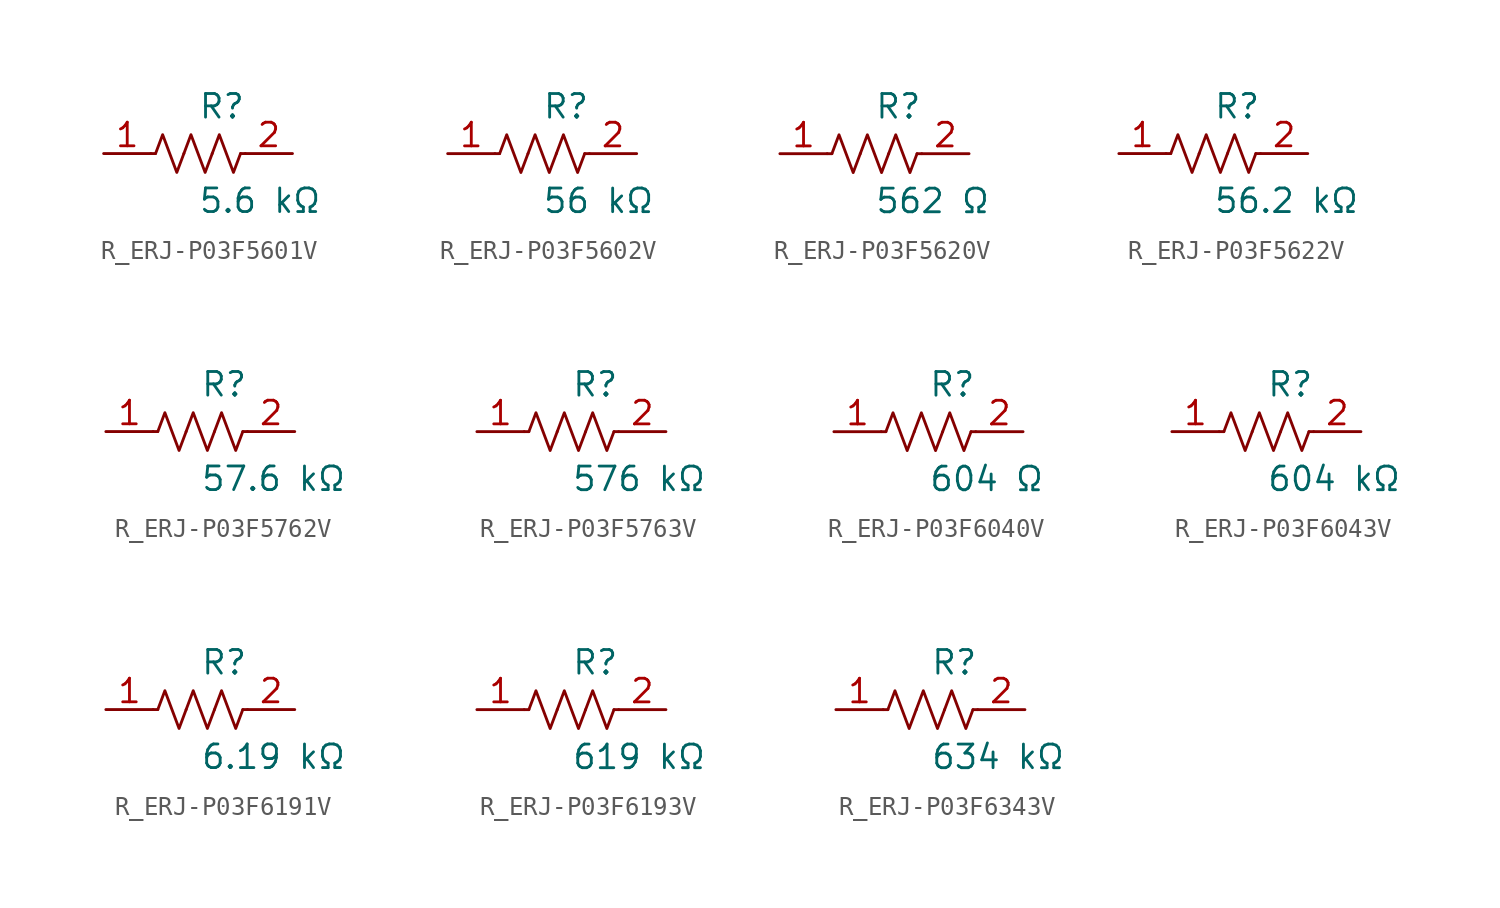
<source format=kicad_sym>
(kicad_symbol_lib
  (version 20231120)
  (generator kicad_symbol_editor)
  (generator_version 8.0)
  (symbol "R_ERJ-P03F5601V"
    (pin_names
      (offset 0.254))
    (property "Reference" "R"
      (at 0.0 2.54 0)
      (effects (font (size 1.27 1.27)) (justify left)))
    (property "Value" "5.6 kΩ"
      (at 0.0 -2.54 0)
      (effects (font (size 1.27 1.27)) (justify left)))
    (symbol "R_ERJ-P03F5601V_0_1"
      (polyline (pts (xy 2.286 0) (xy 2.54 0)) (stroke (width 0) (type default)) (fill (type none)))
      (polyline (pts (xy -2.286 0) (xy -2.54 0)) (stroke (width 0) (type default)) (fill (type none)))
      (polyline (pts (xy 0.762 0) (xy 1.143 1.016) (xy 1.524 0) (xy 1.905 -1.016) (xy 2.286 0)) (stroke (width 0) (type default)) (fill (type none)))
      (polyline (pts (xy -0.762 0) (xy -0.381 1.016) (xy 0 0) (xy 0.381 -1.016) (xy 0.762 0)) (stroke (width 0) (type default)) (fill (type none)))
      (polyline (pts (xy -2.286 0) (xy -1.905 1.016) (xy -1.524 0) (xy -1.143 -1.016) (xy -0.762 0)) (stroke (width 0) (type default)) (fill (type none))))
    (pin unspecified line
      (at -5.08 0 0)
      (length 2.54)
      (name "" (effects (font (size 1.27 1.27))))
      (number "1" (effects (font (size 1.27 1.27)))))
    (pin unspecified line
      (at 5.08 0 180)
      (length 2.54)
      (name "" (effects (font (size 1.27 1.27))))
      (number "2" (effects (font (size 1.27 1.27))))))
  (symbol "R_ERJ-P03F5602V"
    (pin_names
      (offset 0.254))
    (property "Reference" "R"
      (at 0.0 2.54 0)
      (effects (font (size 1.27 1.27)) (justify left)))
    (property "Value" "56 kΩ"
      (at 0.0 -2.54 0)
      (effects (font (size 1.27 1.27)) (justify left)))
    (symbol "R_ERJ-P03F5602V_0_1"
      (polyline (pts (xy 2.286 0) (xy 2.54 0)) (stroke (width 0) (type default)) (fill (type none)))
      (polyline (pts (xy -2.286 0) (xy -2.54 0)) (stroke (width 0) (type default)) (fill (type none)))
      (polyline (pts (xy 0.762 0) (xy 1.143 1.016) (xy 1.524 0) (xy 1.905 -1.016) (xy 2.286 0)) (stroke (width 0) (type default)) (fill (type none)))
      (polyline (pts (xy -0.762 0) (xy -0.381 1.016) (xy 0 0) (xy 0.381 -1.016) (xy 0.762 0)) (stroke (width 0) (type default)) (fill (type none)))
      (polyline (pts (xy -2.286 0) (xy -1.905 1.016) (xy -1.524 0) (xy -1.143 -1.016) (xy -0.762 0)) (stroke (width 0) (type default)) (fill (type none))))
    (pin unspecified line
      (at -5.08 0 0)
      (length 2.54)
      (name "" (effects (font (size 1.27 1.27))))
      (number "1" (effects (font (size 1.27 1.27)))))
    (pin unspecified line
      (at 5.08 0 180)
      (length 2.54)
      (name "" (effects (font (size 1.27 1.27))))
      (number "2" (effects (font (size 1.27 1.27))))))
  (symbol "R_ERJ-P03F5620V"
    (pin_names
      (offset 0.254))
    (property "Reference" "R"
      (at 0.0 2.54 0)
      (effects (font (size 1.27 1.27)) (justify left)))
    (property "Value" "562 Ω"
      (at 0.0 -2.54 0)
      (effects (font (size 1.27 1.27)) (justify left)))
    (symbol "R_ERJ-P03F5620V_0_1"
      (polyline (pts (xy 2.286 0) (xy 2.54 0)) (stroke (width 0) (type default)) (fill (type none)))
      (polyline (pts (xy -2.286 0) (xy -2.54 0)) (stroke (width 0) (type default)) (fill (type none)))
      (polyline (pts (xy 0.762 0) (xy 1.143 1.016) (xy 1.524 0) (xy 1.905 -1.016) (xy 2.286 0)) (stroke (width 0) (type default)) (fill (type none)))
      (polyline (pts (xy -0.762 0) (xy -0.381 1.016) (xy 0 0) (xy 0.381 -1.016) (xy 0.762 0)) (stroke (width 0) (type default)) (fill (type none)))
      (polyline (pts (xy -2.286 0) (xy -1.905 1.016) (xy -1.524 0) (xy -1.143 -1.016) (xy -0.762 0)) (stroke (width 0) (type default)) (fill (type none))))
    (pin unspecified line
      (at -5.08 0 0)
      (length 2.54)
      (name "" (effects (font (size 1.27 1.27))))
      (number "1" (effects (font (size 1.27 1.27)))))
    (pin unspecified line
      (at 5.08 0 180)
      (length 2.54)
      (name "" (effects (font (size 1.27 1.27))))
      (number "2" (effects (font (size 1.27 1.27))))))
  (symbol "R_ERJ-P03F5622V"
    (pin_names
      (offset 0.254))
    (property "Reference" "R"
      (at 0.0 2.54 0)
      (effects (font (size 1.27 1.27)) (justify left)))
    (property "Value" "56.2 kΩ"
      (at 0.0 -2.54 0)
      (effects (font (size 1.27 1.27)) (justify left)))
    (symbol "R_ERJ-P03F5622V_0_1"
      (polyline (pts (xy 2.286 0) (xy 2.54 0)) (stroke (width 0) (type default)) (fill (type none)))
      (polyline (pts (xy -2.286 0) (xy -2.54 0)) (stroke (width 0) (type default)) (fill (type none)))
      (polyline (pts (xy 0.762 0) (xy 1.143 1.016) (xy 1.524 0) (xy 1.905 -1.016) (xy 2.286 0)) (stroke (width 0) (type default)) (fill (type none)))
      (polyline (pts (xy -0.762 0) (xy -0.381 1.016) (xy 0 0) (xy 0.381 -1.016) (xy 0.762 0)) (stroke (width 0) (type default)) (fill (type none)))
      (polyline (pts (xy -2.286 0) (xy -1.905 1.016) (xy -1.524 0) (xy -1.143 -1.016) (xy -0.762 0)) (stroke (width 0) (type default)) (fill (type none))))
    (pin unspecified line
      (at -5.08 0 0)
      (length 2.54)
      (name "" (effects (font (size 1.27 1.27))))
      (number "1" (effects (font (size 1.27 1.27)))))
    (pin unspecified line
      (at 5.08 0 180)
      (length 2.54)
      (name "" (effects (font (size 1.27 1.27))))
      (number "2" (effects (font (size 1.27 1.27))))))
  (symbol "R_ERJ-P03F5762V"
    (pin_names
      (offset 0.254))
    (property "Reference" "R"
      (at 0.0 2.54 0)
      (effects (font (size 1.27 1.27)) (justify left)))
    (property "Value" "57.6 kΩ"
      (at 0.0 -2.54 0)
      (effects (font (size 1.27 1.27)) (justify left)))
    (symbol "R_ERJ-P03F5762V_0_1"
      (polyline (pts (xy 2.286 0) (xy 2.54 0)) (stroke (width 0) (type default)) (fill (type none)))
      (polyline (pts (xy -2.286 0) (xy -2.54 0)) (stroke (width 0) (type default)) (fill (type none)))
      (polyline (pts (xy 0.762 0) (xy 1.143 1.016) (xy 1.524 0) (xy 1.905 -1.016) (xy 2.286 0)) (stroke (width 0) (type default)) (fill (type none)))
      (polyline (pts (xy -0.762 0) (xy -0.381 1.016) (xy 0 0) (xy 0.381 -1.016) (xy 0.762 0)) (stroke (width 0) (type default)) (fill (type none)))
      (polyline (pts (xy -2.286 0) (xy -1.905 1.016) (xy -1.524 0) (xy -1.143 -1.016) (xy -0.762 0)) (stroke (width 0) (type default)) (fill (type none))))
    (pin unspecified line
      (at -5.08 0 0)
      (length 2.54)
      (name "" (effects (font (size 1.27 1.27))))
      (number "1" (effects (font (size 1.27 1.27)))))
    (pin unspecified line
      (at 5.08 0 180)
      (length 2.54)
      (name "" (effects (font (size 1.27 1.27))))
      (number "2" (effects (font (size 1.27 1.27))))))
  (symbol "R_ERJ-P03F5763V"
    (pin_names
      (offset 0.254))
    (property "Reference" "R"
      (at 0.0 2.54 0)
      (effects (font (size 1.27 1.27)) (justify left)))
    (property "Value" "576 kΩ"
      (at 0.0 -2.54 0)
      (effects (font (size 1.27 1.27)) (justify left)))
    (symbol "R_ERJ-P03F5763V_0_1"
      (polyline (pts (xy 2.286 0) (xy 2.54 0)) (stroke (width 0) (type default)) (fill (type none)))
      (polyline (pts (xy -2.286 0) (xy -2.54 0)) (stroke (width 0) (type default)) (fill (type none)))
      (polyline (pts (xy 0.762 0) (xy 1.143 1.016) (xy 1.524 0) (xy 1.905 -1.016) (xy 2.286 0)) (stroke (width 0) (type default)) (fill (type none)))
      (polyline (pts (xy -0.762 0) (xy -0.381 1.016) (xy 0 0) (xy 0.381 -1.016) (xy 0.762 0)) (stroke (width 0) (type default)) (fill (type none)))
      (polyline (pts (xy -2.286 0) (xy -1.905 1.016) (xy -1.524 0) (xy -1.143 -1.016) (xy -0.762 0)) (stroke (width 0) (type default)) (fill (type none))))
    (pin unspecified line
      (at -5.08 0 0)
      (length 2.54)
      (name "" (effects (font (size 1.27 1.27))))
      (number "1" (effects (font (size 1.27 1.27)))))
    (pin unspecified line
      (at 5.08 0 180)
      (length 2.54)
      (name "" (effects (font (size 1.27 1.27))))
      (number "2" (effects (font (size 1.27 1.27))))))
  (symbol "R_ERJ-P03F6040V"
    (pin_names
      (offset 0.254))
    (property "Reference" "R"
      (at 0.0 2.54 0)
      (effects (font (size 1.27 1.27)) (justify left)))
    (property "Value" "604 Ω"
      (at 0.0 -2.54 0)
      (effects (font (size 1.27 1.27)) (justify left)))
    (symbol "R_ERJ-P03F6040V_0_1"
      (polyline (pts (xy 2.286 0) (xy 2.54 0)) (stroke (width 0) (type default)) (fill (type none)))
      (polyline (pts (xy -2.286 0) (xy -2.54 0)) (stroke (width 0) (type default)) (fill (type none)))
      (polyline (pts (xy 0.762 0) (xy 1.143 1.016) (xy 1.524 0) (xy 1.905 -1.016) (xy 2.286 0)) (stroke (width 0) (type default)) (fill (type none)))
      (polyline (pts (xy -0.762 0) (xy -0.381 1.016) (xy 0 0) (xy 0.381 -1.016) (xy 0.762 0)) (stroke (width 0) (type default)) (fill (type none)))
      (polyline (pts (xy -2.286 0) (xy -1.905 1.016) (xy -1.524 0) (xy -1.143 -1.016) (xy -0.762 0)) (stroke (width 0) (type default)) (fill (type none))))
    (pin unspecified line
      (at -5.08 0 0)
      (length 2.54)
      (name "" (effects (font (size 1.27 1.27))))
      (number "1" (effects (font (size 1.27 1.27)))))
    (pin unspecified line
      (at 5.08 0 180)
      (length 2.54)
      (name "" (effects (font (size 1.27 1.27))))
      (number "2" (effects (font (size 1.27 1.27))))))
  (symbol "R_ERJ-P03F6043V"
    (pin_names
      (offset 0.254))
    (property "Reference" "R"
      (at 0.0 2.54 0)
      (effects (font (size 1.27 1.27)) (justify left)))
    (property "Value" "604 kΩ"
      (at 0.0 -2.54 0)
      (effects (font (size 1.27 1.27)) (justify left)))
    (symbol "R_ERJ-P03F6043V_0_1"
      (polyline (pts (xy 2.286 0) (xy 2.54 0)) (stroke (width 0) (type default)) (fill (type none)))
      (polyline (pts (xy -2.286 0) (xy -2.54 0)) (stroke (width 0) (type default)) (fill (type none)))
      (polyline (pts (xy 0.762 0) (xy 1.143 1.016) (xy 1.524 0) (xy 1.905 -1.016) (xy 2.286 0)) (stroke (width 0) (type default)) (fill (type none)))
      (polyline (pts (xy -0.762 0) (xy -0.381 1.016) (xy 0 0) (xy 0.381 -1.016) (xy 0.762 0)) (stroke (width 0) (type default)) (fill (type none)))
      (polyline (pts (xy -2.286 0) (xy -1.905 1.016) (xy -1.524 0) (xy -1.143 -1.016) (xy -0.762 0)) (stroke (width 0) (type default)) (fill (type none))))
    (pin unspecified line
      (at -5.08 0 0)
      (length 2.54)
      (name "" (effects (font (size 1.27 1.27))))
      (number "1" (effects (font (size 1.27 1.27)))))
    (pin unspecified line
      (at 5.08 0 180)
      (length 2.54)
      (name "" (effects (font (size 1.27 1.27))))
      (number "2" (effects (font (size 1.27 1.27))))))
  (symbol "R_ERJ-P03F6191V"
    (pin_names
      (offset 0.254))
    (property "Reference" "R"
      (at 0.0 2.54 0)
      (effects (font (size 1.27 1.27)) (justify left)))
    (property "Value" "6.19 kΩ"
      (at 0.0 -2.54 0)
      (effects (font (size 1.27 1.27)) (justify left)))
    (symbol "R_ERJ-P03F6191V_0_1"
      (polyline (pts (xy 2.286 0) (xy 2.54 0)) (stroke (width 0) (type default)) (fill (type none)))
      (polyline (pts (xy -2.286 0) (xy -2.54 0)) (stroke (width 0) (type default)) (fill (type none)))
      (polyline (pts (xy 0.762 0) (xy 1.143 1.016) (xy 1.524 0) (xy 1.905 -1.016) (xy 2.286 0)) (stroke (width 0) (type default)) (fill (type none)))
      (polyline (pts (xy -0.762 0) (xy -0.381 1.016) (xy 0 0) (xy 0.381 -1.016) (xy 0.762 0)) (stroke (width 0) (type default)) (fill (type none)))
      (polyline (pts (xy -2.286 0) (xy -1.905 1.016) (xy -1.524 0) (xy -1.143 -1.016) (xy -0.762 0)) (stroke (width 0) (type default)) (fill (type none))))
    (pin unspecified line
      (at -5.08 0 0)
      (length 2.54)
      (name "" (effects (font (size 1.27 1.27))))
      (number "1" (effects (font (size 1.27 1.27)))))
    (pin unspecified line
      (at 5.08 0 180)
      (length 2.54)
      (name "" (effects (font (size 1.27 1.27))))
      (number "2" (effects (font (size 1.27 1.27))))))
  (symbol "R_ERJ-P03F6193V"
    (pin_names
      (offset 0.254))
    (property "Reference" "R"
      (at 0.0 2.54 0)
      (effects (font (size 1.27 1.27)) (justify left)))
    (property "Value" "619 kΩ"
      (at 0.0 -2.54 0)
      (effects (font (size 1.27 1.27)) (justify left)))
    (symbol "R_ERJ-P03F6193V_0_1"
      (polyline (pts (xy 2.286 0) (xy 2.54 0)) (stroke (width 0) (type default)) (fill (type none)))
      (polyline (pts (xy -2.286 0) (xy -2.54 0)) (stroke (width 0) (type default)) (fill (type none)))
      (polyline (pts (xy 0.762 0) (xy 1.143 1.016) (xy 1.524 0) (xy 1.905 -1.016) (xy 2.286 0)) (stroke (width 0) (type default)) (fill (type none)))
      (polyline (pts (xy -0.762 0) (xy -0.381 1.016) (xy 0 0) (xy 0.381 -1.016) (xy 0.762 0)) (stroke (width 0) (type default)) (fill (type none)))
      (polyline (pts (xy -2.286 0) (xy -1.905 1.016) (xy -1.524 0) (xy -1.143 -1.016) (xy -0.762 0)) (stroke (width 0) (type default)) (fill (type none))))
    (pin unspecified line
      (at -5.08 0 0)
      (length 2.54)
      (name "" (effects (font (size 1.27 1.27))))
      (number "1" (effects (font (size 1.27 1.27)))))
    (pin unspecified line
      (at 5.08 0 180)
      (length 2.54)
      (name "" (effects (font (size 1.27 1.27))))
      (number "2" (effects (font (size 1.27 1.27))))))
  (symbol "R_ERJ-P03F6343V"
    (pin_names
      (offset 0.254))
    (property "Reference" "R"
      (at 0.0 2.54 0)
      (effects (font (size 1.27 1.27)) (justify left)))
    (property "Value" "634 kΩ"
      (at 0.0 -2.54 0)
      (effects (font (size 1.27 1.27)) (justify left)))
    (symbol "R_ERJ-P03F6343V_0_1"
      (polyline (pts (xy 2.286 0) (xy 2.54 0)) (stroke (width 0) (type default)) (fill (type none)))
      (polyline (pts (xy -2.286 0) (xy -2.54 0)) (stroke (width 0) (type default)) (fill (type none)))
      (polyline (pts (xy 0.762 0) (xy 1.143 1.016) (xy 1.524 0) (xy 1.905 -1.016) (xy 2.286 0)) (stroke (width 0) (type default)) (fill (type none)))
      (polyline (pts (xy -0.762 0) (xy -0.381 1.016) (xy 0 0) (xy 0.381 -1.016) (xy 0.762 0)) (stroke (width 0) (type default)) (fill (type none)))
      (polyline (pts (xy -2.286 0) (xy -1.905 1.016) (xy -1.524 0) (xy -1.143 -1.016) (xy -0.762 0)) (stroke (width 0) (type default)) (fill (type none))))
    (pin unspecified line
      (at -5.08 0 0)
      (length 2.54)
      (name "" (effects (font (size 1.27 1.27))))
      (number "1" (effects (font (size 1.27 1.27)))))
    (pin unspecified line
      (at 5.08 0 180)
      (length 2.54)
      (name "" (effects (font (size 1.27 1.27))))
      (number "2" (effects (font (size 1.27 1.27)))))))
</source>
